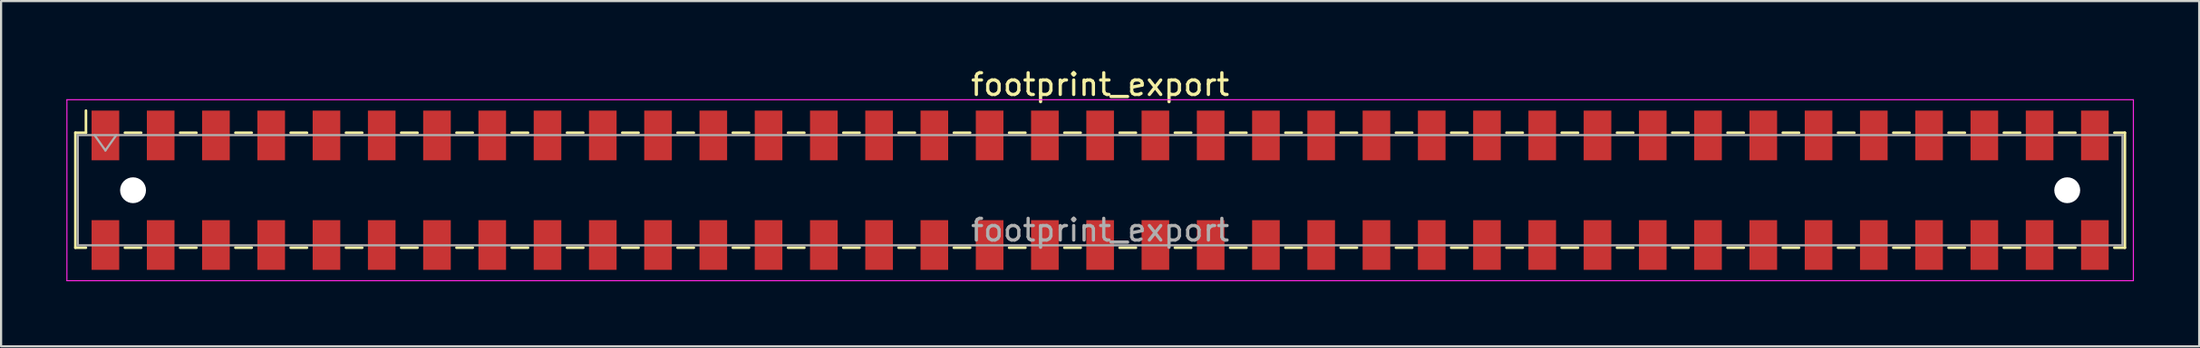
<source format=kicad_pcb>
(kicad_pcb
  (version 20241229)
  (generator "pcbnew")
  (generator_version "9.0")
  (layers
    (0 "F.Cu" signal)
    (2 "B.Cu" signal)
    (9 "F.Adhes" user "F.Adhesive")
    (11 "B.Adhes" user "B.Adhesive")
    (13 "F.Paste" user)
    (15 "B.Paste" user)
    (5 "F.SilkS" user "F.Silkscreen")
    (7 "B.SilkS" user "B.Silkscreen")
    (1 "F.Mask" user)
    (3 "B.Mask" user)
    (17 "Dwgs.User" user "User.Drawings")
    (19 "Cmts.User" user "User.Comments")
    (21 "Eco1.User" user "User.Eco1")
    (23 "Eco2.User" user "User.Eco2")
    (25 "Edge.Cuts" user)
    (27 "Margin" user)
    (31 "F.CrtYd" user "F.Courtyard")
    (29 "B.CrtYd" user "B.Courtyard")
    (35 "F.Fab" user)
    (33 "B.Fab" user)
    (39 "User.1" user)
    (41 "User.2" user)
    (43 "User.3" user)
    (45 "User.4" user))
  (footprint "footprint_export"
    (layer "F.Cu")
    (at 47.515 5.718)
    (property "Reference" "footprint_export" (at 0 -4.87 0) (layer "F.SilkS") (effects (font (size 1 1) (thickness 0.15))))
    (attr smd)
    (fp_line (start -47.1 -2.65) (end -47.1 2.65) (stroke (width 0.12) (type solid)) (layer "F.SilkS"))
    (fp_line (start -47.1 2.65) (end -46.615 2.65) (stroke (width 0.12) (type solid)) (layer "F.SilkS"))
    (fp_line (start -46.615 -3.67) (end -46.615 -2.65) (stroke (width 0.12) (type solid)) (layer "F.SilkS"))
    (fp_line (start -46.615 -2.65) (end -47.1 -2.65) (stroke (width 0.12) (type solid)) (layer "F.SilkS"))
    (fp_line (start -44.825 -2.65) (end -44.075 -2.65) (stroke (width 0.12) (type solid)) (layer "F.SilkS"))
    (fp_line (start -44.825 2.65) (end -44.075 2.65) (stroke (width 0.12) (type solid)) (layer "F.SilkS"))
    (fp_line (start -42.285 -2.65) (end -41.535 -2.65) (stroke (width 0.12) (type solid)) (layer "F.SilkS"))
    (fp_line (start -42.285 2.65) (end -41.535 2.65) (stroke (width 0.12) (type solid)) (layer "F.SilkS"))
    (fp_line (start -39.745 -2.65) (end -38.995 -2.65) (stroke (width 0.12) (type solid)) (layer "F.SilkS"))
    (fp_line (start -39.745 2.65) (end -38.995 2.65) (stroke (width 0.12) (type solid)) (layer "F.SilkS"))
    (fp_line (start -37.205 -2.65) (end -36.455 -2.65) (stroke (width 0.12) (type solid)) (layer "F.SilkS"))
    (fp_line (start -37.205 2.65) (end -36.455 2.65) (stroke (width 0.12) (type solid)) (layer "F.SilkS"))
    (fp_line (start -34.665 -2.65) (end -33.915 -2.65) (stroke (width 0.12) (type solid)) (layer "F.SilkS"))
    (fp_line (start -34.665 2.65) (end -33.915 2.65) (stroke (width 0.12) (type solid)) (layer "F.SilkS"))
    (fp_line (start -32.125 -2.65) (end -31.375 -2.65) (stroke (width 0.12) (type solid)) (layer "F.SilkS"))
    (fp_line (start -32.125 2.65) (end -31.375 2.65) (stroke (width 0.12) (type solid)) (layer "F.SilkS"))
    (fp_line (start -29.585 -2.65) (end -28.835 -2.65) (stroke (width 0.12) (type solid)) (layer "F.SilkS"))
    (fp_line (start -29.585 2.65) (end -28.835 2.65) (stroke (width 0.12) (type solid)) (layer "F.SilkS"))
    (fp_line (start -27.045 -2.65) (end -26.295 -2.65) (stroke (width 0.12) (type solid)) (layer "F.SilkS"))
    (fp_line (start -27.045 2.65) (end -26.295 2.65) (stroke (width 0.12) (type solid)) (layer "F.SilkS"))
    (fp_line (start -24.505 -2.65) (end -23.755 -2.65) (stroke (width 0.12) (type solid)) (layer "F.SilkS"))
    (fp_line (start -24.505 2.65) (end -23.755 2.65) (stroke (width 0.12) (type solid)) (layer "F.SilkS"))
    (fp_line (start -21.965 -2.65) (end -21.215 -2.65) (stroke (width 0.12) (type solid)) (layer "F.SilkS"))
    (fp_line (start -21.965 2.65) (end -21.215 2.65) (stroke (width 0.12) (type solid)) (layer "F.SilkS"))
    (fp_line (start -19.425 -2.65) (end -18.675 -2.65) (stroke (width 0.12) (type solid)) (layer "F.SilkS"))
    (fp_line (start -19.425 2.65) (end -18.675 2.65) (stroke (width 0.12) (type solid)) (layer "F.SilkS"))
    (fp_line (start -16.885 -2.65) (end -16.135 -2.65) (stroke (width 0.12) (type solid)) (layer "F.SilkS"))
    (fp_line (start -16.885 2.65) (end -16.135 2.65) (stroke (width 0.12) (type solid)) (layer "F.SilkS"))
    (fp_line (start -14.345 -2.65) (end -13.595 -2.65) (stroke (width 0.12) (type solid)) (layer "F.SilkS"))
    (fp_line (start -14.345 2.65) (end -13.595 2.65) (stroke (width 0.12) (type solid)) (layer "F.SilkS"))
    (fp_line (start -11.805 -2.65) (end -11.055 -2.65) (stroke (width 0.12) (type solid)) (layer "F.SilkS"))
    (fp_line (start -11.805 2.65) (end -11.055 2.65) (stroke (width 0.12) (type solid)) (layer "F.SilkS"))
    (fp_line (start -9.265 -2.65) (end -8.515 -2.65) (stroke (width 0.12) (type solid)) (layer "F.SilkS"))
    (fp_line (start -9.265 2.65) (end -8.515 2.65) (stroke (width 0.12) (type solid)) (layer "F.SilkS"))
    (fp_line (start -6.725 -2.65) (end -5.975 -2.65) (stroke (width 0.12) (type solid)) (layer "F.SilkS"))
    (fp_line (start -6.725 2.65) (end -5.975 2.65) (stroke (width 0.12) (type solid)) (layer "F.SilkS"))
    (fp_line (start -4.185 -2.65) (end -3.435 -2.65) (stroke (width 0.12) (type solid)) (layer "F.SilkS"))
    (fp_line (start -4.185 2.65) (end -3.435 2.65) (stroke (width 0.12) (type solid)) (layer "F.SilkS"))
    (fp_line (start -1.645 -2.65) (end -0.895 -2.65) (stroke (width 0.12) (type solid)) (layer "F.SilkS"))
    (fp_line (start -1.645 2.65) (end -0.895 2.65) (stroke (width 0.12) (type solid)) (layer "F.SilkS"))
    (fp_line (start 0.895 -2.65) (end 1.645 -2.65) (stroke (width 0.12) (type solid)) (layer "F.SilkS"))
    (fp_line (start 0.895 2.65) (end 1.645 2.65) (stroke (width 0.12) (type solid)) (layer "F.SilkS"))
    (fp_line (start 3.435 -2.65) (end 4.185 -2.65) (stroke (width 0.12) (type solid)) (layer "F.SilkS"))
    (fp_line (start 3.435 2.65) (end 4.185 2.65) (stroke (width 0.12) (type solid)) (layer "F.SilkS"))
    (fp_line (start 5.975 -2.65) (end 6.725 -2.65) (stroke (width 0.12) (type solid)) (layer "F.SilkS"))
    (fp_line (start 5.975 2.65) (end 6.725 2.65) (stroke (width 0.12) (type solid)) (layer "F.SilkS"))
    (fp_line (start 8.515 -2.65) (end 9.265 -2.65) (stroke (width 0.12) (type solid)) (layer "F.SilkS"))
    (fp_line (start 8.515 2.65) (end 9.265 2.65) (stroke (width 0.12) (type solid)) (layer "F.SilkS"))
    (fp_line (start 11.055 -2.65) (end 11.805 -2.65) (stroke (width 0.12) (type solid)) (layer "F.SilkS"))
    (fp_line (start 11.055 2.65) (end 11.805 2.65) (stroke (width 0.12) (type solid)) (layer "F.SilkS"))
    (fp_line (start 13.595 -2.65) (end 14.345 -2.65) (stroke (width 0.12) (type solid)) (layer "F.SilkS"))
    (fp_line (start 13.595 2.65) (end 14.345 2.65) (stroke (width 0.12) (type solid)) (layer "F.SilkS"))
    (fp_line (start 16.135 -2.65) (end 16.885 -2.65) (stroke (width 0.12) (type solid)) (layer "F.SilkS"))
    (fp_line (start 16.135 2.65) (end 16.885 2.65) (stroke (width 0.12) (type solid)) (layer "F.SilkS"))
    (fp_line (start 18.675 -2.65) (end 19.425 -2.65) (stroke (width 0.12) (type solid)) (layer "F.SilkS"))
    (fp_line (start 18.675 2.65) (end 19.425 2.65) (stroke (width 0.12) (type solid)) (layer "F.SilkS"))
    (fp_line (start 21.215 -2.65) (end 21.965 -2.65) (stroke (width 0.12) (type solid)) (layer "F.SilkS"))
    (fp_line (start 21.215 2.65) (end 21.965 2.65) (stroke (width 0.12) (type solid)) (layer "F.SilkS"))
    (fp_line (start 23.755 -2.65) (end 24.505 -2.65) (stroke (width 0.12) (type solid)) (layer "F.SilkS"))
    (fp_line (start 23.755 2.65) (end 24.505 2.65) (stroke (width 0.12) (type solid)) (layer "F.SilkS"))
    (fp_line (start 26.295 -2.65) (end 27.045 -2.65) (stroke (width 0.12) (type solid)) (layer "F.SilkS"))
    (fp_line (start 26.295 2.65) (end 27.045 2.65) (stroke (width 0.12) (type solid)) (layer "F.SilkS"))
    (fp_line (start 28.835 -2.65) (end 29.585 -2.65) (stroke (width 0.12) (type solid)) (layer "F.SilkS"))
    (fp_line (start 28.835 2.65) (end 29.585 2.65) (stroke (width 0.12) (type solid)) (layer "F.SilkS"))
    (fp_line (start 31.375 -2.65) (end 32.125 -2.65) (stroke (width 0.12) (type solid)) (layer "F.SilkS"))
    (fp_line (start 31.375 2.65) (end 32.125 2.65) (stroke (width 0.12) (type solid)) (layer "F.SilkS"))
    (fp_line (start 33.915 -2.65) (end 34.665 -2.65) (stroke (width 0.12) (type solid)) (layer "F.SilkS"))
    (fp_line (start 33.915 2.65) (end 34.665 2.65) (stroke (width 0.12) (type solid)) (layer "F.SilkS"))
    (fp_line (start 36.455 -2.65) (end 37.205 -2.65) (stroke (width 0.12) (type solid)) (layer "F.SilkS"))
    (fp_line (start 36.455 2.65) (end 37.205 2.65) (stroke (width 0.12) (type solid)) (layer "F.SilkS"))
    (fp_line (start 38.995 -2.65) (end 39.745 -2.65) (stroke (width 0.12) (type solid)) (layer "F.SilkS"))
    (fp_line (start 38.995 2.65) (end 39.745 2.65) (stroke (width 0.12) (type solid)) (layer "F.SilkS"))
    (fp_line (start 41.535 -2.65) (end 42.285 -2.65) (stroke (width 0.12) (type solid)) (layer "F.SilkS"))
    (fp_line (start 41.535 2.65) (end 42.285 2.65) (stroke (width 0.12) (type solid)) (layer "F.SilkS"))
    (fp_line (start 44.075 -2.65) (end 44.825 -2.65) (stroke (width 0.12) (type solid)) (layer "F.SilkS"))
    (fp_line (start 44.075 2.65) (end 44.825 2.65) (stroke (width 0.12) (type solid)) (layer "F.SilkS"))
    (fp_line (start 46.615 -2.65) (end 47.1 -2.65) (stroke (width 0.12) (type solid)) (layer "F.SilkS"))
    (fp_line (start 47.1 -2.65) (end 47.1 2.65) (stroke (width 0.12) (type solid)) (layer "F.SilkS"))
    (fp_line (start 47.1 2.65) (end 46.615 2.65) (stroke (width 0.12) (type solid)) (layer "F.SilkS"))
    (fp_line (start -47.49 -4.17) (end 47.49 -4.17) (stroke (width 0.05) (type solid)) (layer "F.CrtYd"))
    (fp_line (start -47.49 4.17) (end -47.49 -4.17) (stroke (width 0.05) (type solid)) (layer "F.CrtYd"))
    (fp_line (start 47.49 -4.17) (end 47.49 4.17) (stroke (width 0.05) (type solid)) (layer "F.CrtYd"))
    (fp_line (start 47.49 4.17) (end -47.49 4.17) (stroke (width 0.05) (type solid)) (layer "F.CrtYd"))
    (fp_line (start -46.99 -2.54) (end 46.99 -2.54) (stroke (width 0.1) (type solid)) (layer "F.Fab"))
    (fp_line (start -46.99 2.54) (end -46.99 -2.54) (stroke (width 0.1) (type solid)) (layer "F.Fab"))
    (fp_line (start -46.22 -2.54) (end -45.72 -1.833) (stroke (width 0.1) (type solid)) (layer "F.Fab"))
    (fp_line (start -45.72 -1.833) (end -45.22 -2.54) (stroke (width 0.1) (type solid)) (layer "F.Fab"))
    (fp_line (start 46.99 -2.54) (end 46.99 2.54) (stroke (width 0.1) (type solid)) (layer "F.Fab"))
    (fp_line (start 46.99 2.54) (end -46.99 2.54) (stroke (width 0.1) (type solid)) (layer "F.Fab"))
    (fp_text user "${REFERENCE}" (at 0 1.84 0) (layer "F.Fab") (effects (font (size 1 1) (thickness 0.15))))
    (pad "" np_thru_hole circle (at -44.45 0) (size 1.19 1.19) (drill 1.19) (layers "*.Cu" "*.Mask"))
    (pad "" np_thru_hole circle (at 44.45 0) (size 1.19 1.19) (drill 1.19) (layers "*.Cu" "*.Mask"))
    (pad "1" smd rect (at -45.72 -2.525) (size 1.27 2.29) (layers "F.Cu" "F.Mask" "F.Paste"))
    (pad "2" smd rect (at -45.72 2.525) (size 1.27 2.29) (layers "F.Cu" "F.Mask" "F.Paste"))
    (pad "3" smd rect (at -43.18 -2.525) (size 1.27 2.29) (layers "F.Cu" "F.Mask" "F.Paste"))
    (pad "4" smd rect (at -43.18 2.525) (size 1.27 2.29) (layers "F.Cu" "F.Mask" "F.Paste"))
    (pad "5" smd rect (at -40.64 -2.525) (size 1.27 2.29) (layers "F.Cu" "F.Mask" "F.Paste"))
    (pad "6" smd rect (at -40.64 2.525) (size 1.27 2.29) (layers "F.Cu" "F.Mask" "F.Paste"))
    (pad "7" smd rect (at -38.1 -2.525) (size 1.27 2.29) (layers "F.Cu" "F.Mask" "F.Paste"))
    (pad "8" smd rect (at -38.1 2.525) (size 1.27 2.29) (layers "F.Cu" "F.Mask" "F.Paste"))
    (pad "9" smd rect (at -35.56 -2.525) (size 1.27 2.29) (layers "F.Cu" "F.Mask" "F.Paste"))
    (pad "10" smd rect (at -35.56 2.525) (size 1.27 2.29) (layers "F.Cu" "F.Mask" "F.Paste"))
    (pad "11" smd rect (at -33.02 -2.525) (size 1.27 2.29) (layers "F.Cu" "F.Mask" "F.Paste"))
    (pad "12" smd rect (at -33.02 2.525) (size 1.27 2.29) (layers "F.Cu" "F.Mask" "F.Paste"))
    (pad "13" smd rect (at -30.48 -2.525) (size 1.27 2.29) (layers "F.Cu" "F.Mask" "F.Paste"))
    (pad "14" smd rect (at -30.48 2.525) (size 1.27 2.29) (layers "F.Cu" "F.Mask" "F.Paste"))
    (pad "15" smd rect (at -27.94 -2.525) (size 1.27 2.29) (layers "F.Cu" "F.Mask" "F.Paste"))
    (pad "16" smd rect (at -27.94 2.525) (size 1.27 2.29) (layers "F.Cu" "F.Mask" "F.Paste"))
    (pad "17" smd rect (at -25.4 -2.525) (size 1.27 2.29) (layers "F.Cu" "F.Mask" "F.Paste"))
    (pad "18" smd rect (at -25.4 2.525) (size 1.27 2.29) (layers "F.Cu" "F.Mask" "F.Paste"))
    (pad "19" smd rect (at -22.86 -2.525) (size 1.27 2.29) (layers "F.Cu" "F.Mask" "F.Paste"))
    (pad "20" smd rect (at -22.86 2.525) (size 1.27 2.29) (layers "F.Cu" "F.Mask" "F.Paste"))
    (pad "21" smd rect (at -20.32 -2.525) (size 1.27 2.29) (layers "F.Cu" "F.Mask" "F.Paste"))
    (pad "22" smd rect (at -20.32 2.525) (size 1.27 2.29) (layers "F.Cu" "F.Mask" "F.Paste"))
    (pad "23" smd rect (at -17.78 -2.525) (size 1.27 2.29) (layers "F.Cu" "F.Mask" "F.Paste"))
    (pad "24" smd rect (at -17.78 2.525) (size 1.27 2.29) (layers "F.Cu" "F.Mask" "F.Paste"))
    (pad "25" smd rect (at -15.24 -2.525) (size 1.27 2.29) (layers "F.Cu" "F.Mask" "F.Paste"))
    (pad "26" smd rect (at -15.24 2.525) (size 1.27 2.29) (layers "F.Cu" "F.Mask" "F.Paste"))
    (pad "27" smd rect (at -12.7 -2.525) (size 1.27 2.29) (layers "F.Cu" "F.Mask" "F.Paste"))
    (pad "28" smd rect (at -12.7 2.525) (size 1.27 2.29) (layers "F.Cu" "F.Mask" "F.Paste"))
    (pad "29" smd rect (at -10.16 -2.525) (size 1.27 2.29) (layers "F.Cu" "F.Mask" "F.Paste"))
    (pad "30" smd rect (at -10.16 2.525) (size 1.27 2.29) (layers "F.Cu" "F.Mask" "F.Paste"))
    (pad "31" smd rect (at -7.62 -2.525) (size 1.27 2.29) (layers "F.Cu" "F.Mask" "F.Paste"))
    (pad "32" smd rect (at -7.62 2.525) (size 1.27 2.29) (layers "F.Cu" "F.Mask" "F.Paste"))
    (pad "33" smd rect (at -5.08 -2.525) (size 1.27 2.29) (layers "F.Cu" "F.Mask" "F.Paste"))
    (pad "34" smd rect (at -5.08 2.525) (size 1.27 2.29) (layers "F.Cu" "F.Mask" "F.Paste"))
    (pad "35" smd rect (at -2.54 -2.525) (size 1.27 2.29) (layers "F.Cu" "F.Mask" "F.Paste"))
    (pad "36" smd rect (at -2.54 2.525) (size 1.27 2.29) (layers "F.Cu" "F.Mask" "F.Paste"))
    (pad "37" smd rect (at 0 -2.525) (size 1.27 2.29) (layers "F.Cu" "F.Mask" "F.Paste"))
    (pad "38" smd rect (at 0 2.525) (size 1.27 2.29) (layers "F.Cu" "F.Mask" "F.Paste"))
    (pad "39" smd rect (at 2.54 -2.525) (size 1.27 2.29) (layers "F.Cu" "F.Mask" "F.Paste"))
    (pad "40" smd rect (at 2.54 2.525) (size 1.27 2.29) (layers "F.Cu" "F.Mask" "F.Paste"))
    (pad "41" smd rect (at 5.08 -2.525) (size 1.27 2.29) (layers "F.Cu" "F.Mask" "F.Paste"))
    (pad "42" smd rect (at 5.08 2.525) (size 1.27 2.29) (layers "F.Cu" "F.Mask" "F.Paste"))
    (pad "43" smd rect (at 7.62 -2.525) (size 1.27 2.29) (layers "F.Cu" "F.Mask" "F.Paste"))
    (pad "44" smd rect (at 7.62 2.525) (size 1.27 2.29) (layers "F.Cu" "F.Mask" "F.Paste"))
    (pad "45" smd rect (at 10.16 -2.525) (size 1.27 2.29) (layers "F.Cu" "F.Mask" "F.Paste"))
    (pad "46" smd rect (at 10.16 2.525) (size 1.27 2.29) (layers "F.Cu" "F.Mask" "F.Paste"))
    (pad "47" smd rect (at 12.7 -2.525) (size 1.27 2.29) (layers "F.Cu" "F.Mask" "F.Paste"))
    (pad "48" smd rect (at 12.7 2.525) (size 1.27 2.29) (layers "F.Cu" "F.Mask" "F.Paste"))
    (pad "49" smd rect (at 15.24 -2.525) (size 1.27 2.29) (layers "F.Cu" "F.Mask" "F.Paste"))
    (pad "50" smd rect (at 15.24 2.525) (size 1.27 2.29) (layers "F.Cu" "F.Mask" "F.Paste"))
    (pad "51" smd rect (at 17.78 -2.525) (size 1.27 2.29) (layers "F.Cu" "F.Mask" "F.Paste"))
    (pad "52" smd rect (at 17.78 2.525) (size 1.27 2.29) (layers "F.Cu" "F.Mask" "F.Paste"))
    (pad "53" smd rect (at 20.32 -2.525) (size 1.27 2.29) (layers "F.Cu" "F.Mask" "F.Paste"))
    (pad "54" smd rect (at 20.32 2.525) (size 1.27 2.29) (layers "F.Cu" "F.Mask" "F.Paste"))
    (pad "55" smd rect (at 22.86 -2.525) (size 1.27 2.29) (layers "F.Cu" "F.Mask" "F.Paste"))
    (pad "56" smd rect (at 22.86 2.525) (size 1.27 2.29) (layers "F.Cu" "F.Mask" "F.Paste"))
    (pad "57" smd rect (at 25.4 -2.525) (size 1.27 2.29) (layers "F.Cu" "F.Mask" "F.Paste"))
    (pad "58" smd rect (at 25.4 2.525) (size 1.27 2.29) (layers "F.Cu" "F.Mask" "F.Paste"))
    (pad "59" smd rect (at 27.94 -2.525) (size 1.27 2.29) (layers "F.Cu" "F.Mask" "F.Paste"))
    (pad "60" smd rect (at 27.94 2.525) (size 1.27 2.29) (layers "F.Cu" "F.Mask" "F.Paste"))
    (pad "61" smd rect (at 30.48 -2.525) (size 1.27 2.29) (layers "F.Cu" "F.Mask" "F.Paste"))
    (pad "62" smd rect (at 30.48 2.525) (size 1.27 2.29) (layers "F.Cu" "F.Mask" "F.Paste"))
    (pad "63" smd rect (at 33.02 -2.525) (size 1.27 2.29) (layers "F.Cu" "F.Mask" "F.Paste"))
    (pad "64" smd rect (at 33.02 2.525) (size 1.27 2.29) (layers "F.Cu" "F.Mask" "F.Paste"))
    (pad "65" smd rect (at 35.56 -2.525) (size 1.27 2.29) (layers "F.Cu" "F.Mask" "F.Paste"))
    (pad "66" smd rect (at 35.56 2.525) (size 1.27 2.29) (layers "F.Cu" "F.Mask" "F.Paste"))
    (pad "67" smd rect (at 38.1 -2.525) (size 1.27 2.29) (layers "F.Cu" "F.Mask" "F.Paste"))
    (pad "68" smd rect (at 38.1 2.525) (size 1.27 2.29) (layers "F.Cu" "F.Mask" "F.Paste"))
    (pad "69" smd rect (at 40.64 -2.525) (size 1.27 2.29) (layers "F.Cu" "F.Mask" "F.Paste"))
    (pad "70" smd rect (at 40.64 2.525) (size 1.27 2.29) (layers "F.Cu" "F.Mask" "F.Paste"))
    (pad "71" smd rect (at 43.18 -2.525) (size 1.27 2.29) (layers "F.Cu" "F.Mask" "F.Paste"))
    (pad "72" smd rect (at 43.18 2.525) (size 1.27 2.29) (layers "F.Cu" "F.Mask" "F.Paste"))
    (pad "73" smd rect (at 45.72 -2.525) (size 1.27 2.29) (layers "F.Cu" "F.Mask" "F.Paste"))
    (pad "74" smd rect (at 45.72 2.525) (size 1.27 2.29) (layers "F.Cu" "F.Mask" "F.Paste")))
  (gr_rect
    (start -3 -3)
    (end 98.03 12.913)
    (stroke (width 0.1) (type default))
    (fill no)
    (layer "Edge.Cuts")))
</source>
